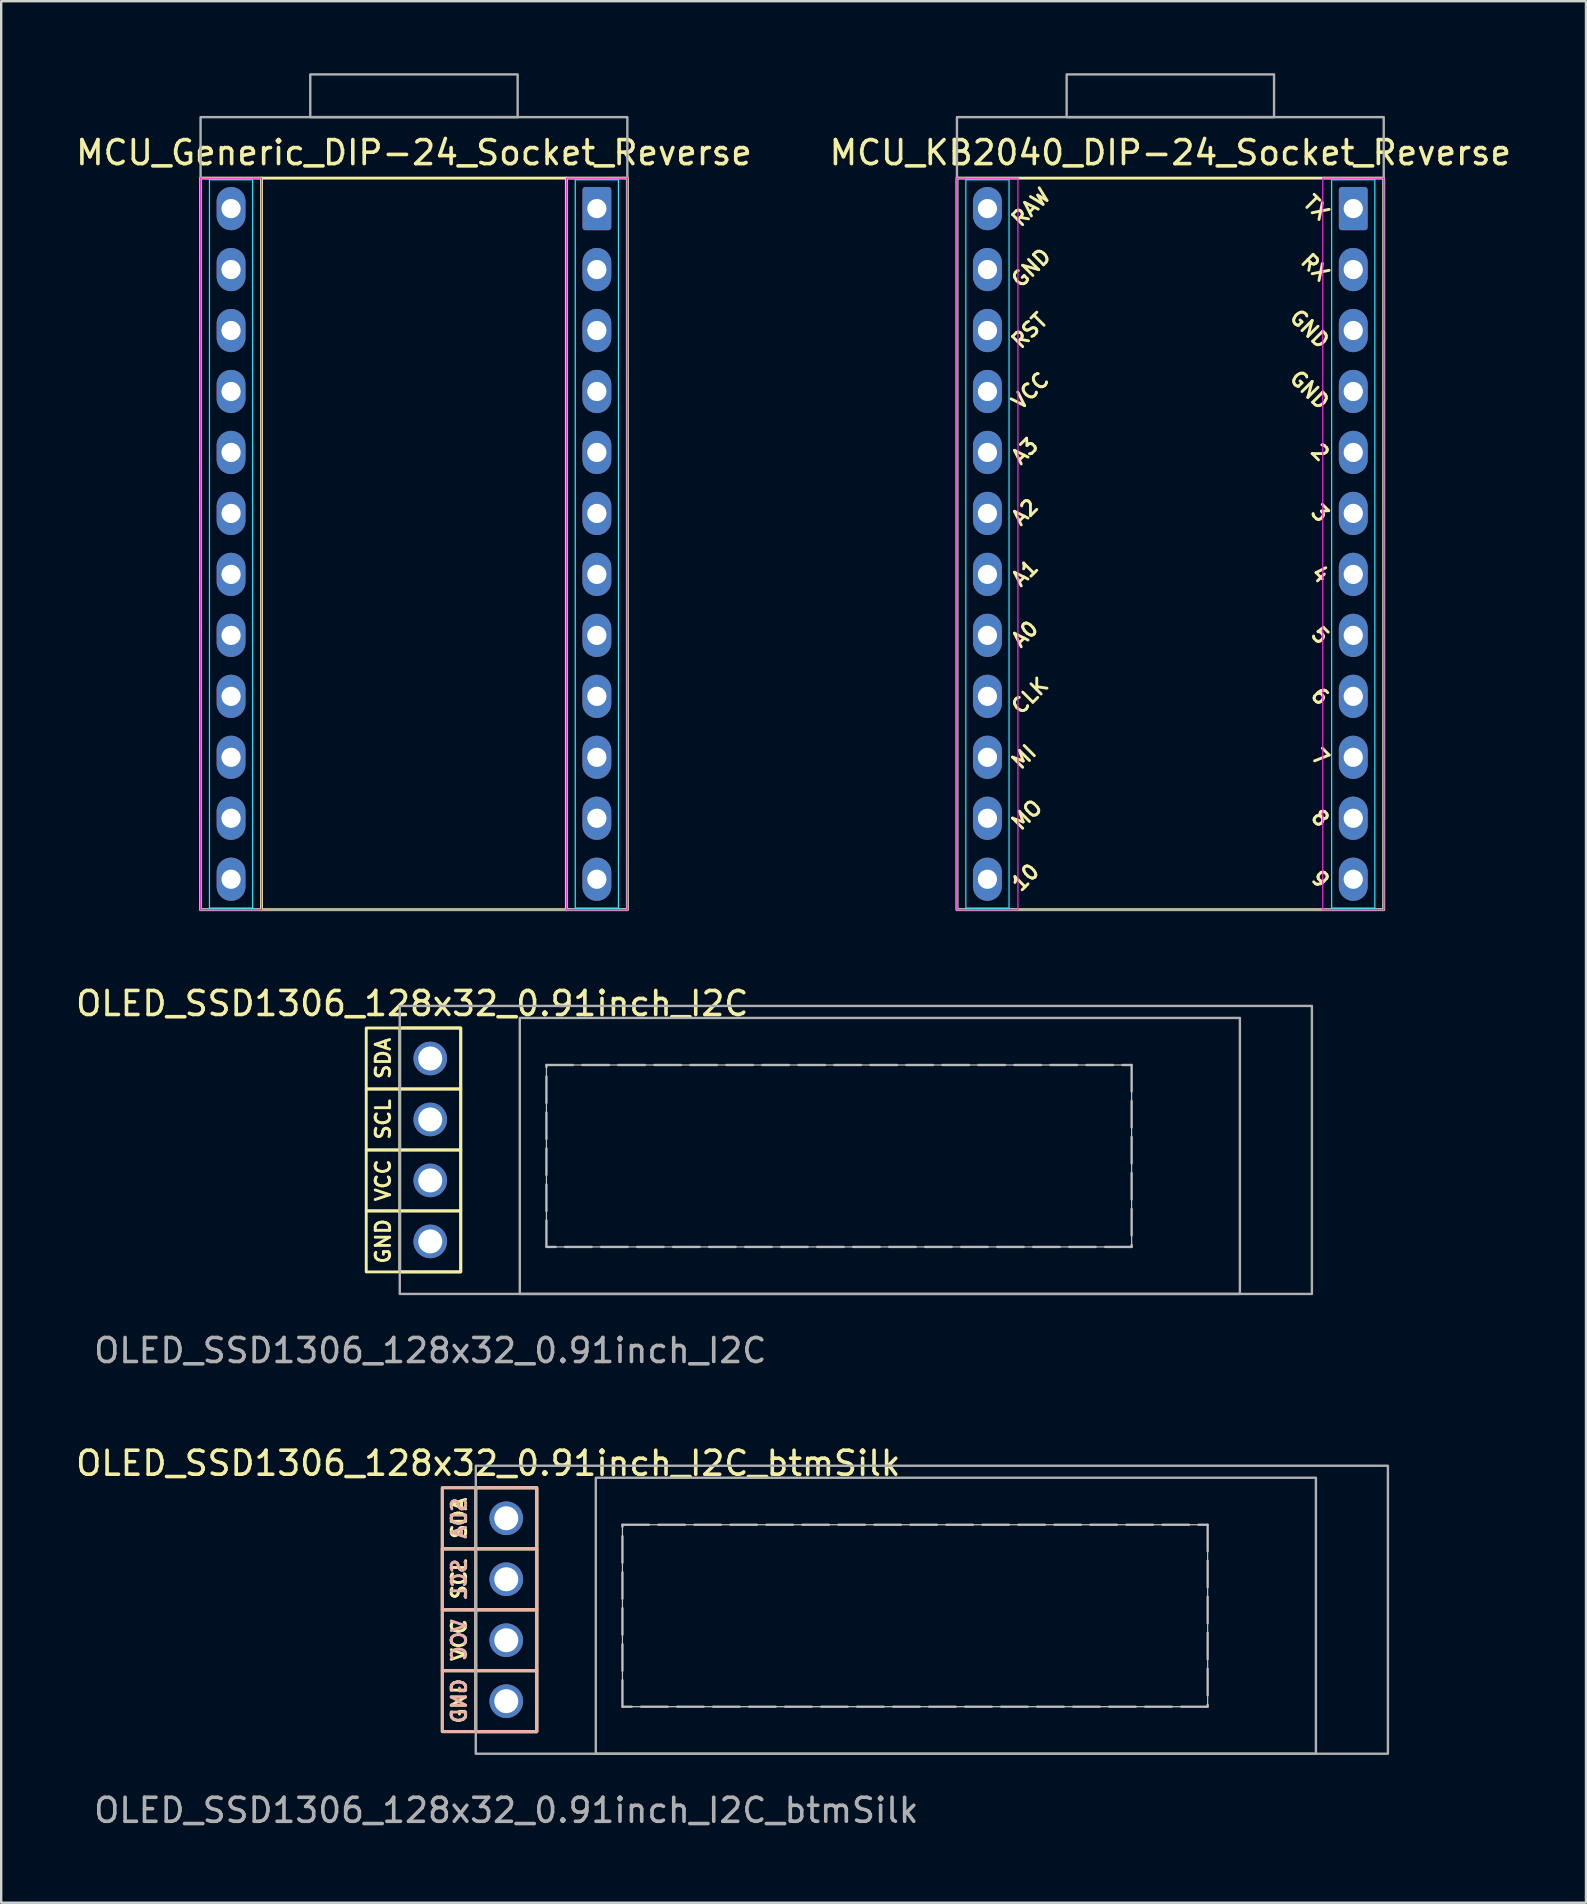
<source format=kicad_pcb>
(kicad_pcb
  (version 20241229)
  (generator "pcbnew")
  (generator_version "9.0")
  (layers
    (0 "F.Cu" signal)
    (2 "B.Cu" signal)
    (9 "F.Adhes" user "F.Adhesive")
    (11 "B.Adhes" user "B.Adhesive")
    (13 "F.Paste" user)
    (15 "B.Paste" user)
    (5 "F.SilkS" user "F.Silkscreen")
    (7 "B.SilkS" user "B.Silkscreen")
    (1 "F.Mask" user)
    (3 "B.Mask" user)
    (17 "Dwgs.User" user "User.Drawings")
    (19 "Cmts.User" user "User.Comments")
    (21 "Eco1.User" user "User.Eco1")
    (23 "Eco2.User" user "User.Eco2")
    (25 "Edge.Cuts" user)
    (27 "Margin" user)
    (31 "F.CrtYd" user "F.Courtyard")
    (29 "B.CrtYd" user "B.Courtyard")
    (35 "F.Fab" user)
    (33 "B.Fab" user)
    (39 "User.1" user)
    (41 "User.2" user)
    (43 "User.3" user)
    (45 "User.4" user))
  (footprint "MCU_Generic_DIP-24_Socket_Reverse"
    (layer "F.Cu")
    (at 14.196 5.64)
    (property "Reference" "MCU_Generic_DIP-24_Socket_Reverse" (at 0 -2.33 0) (layer "F.SilkS") (effects (font (size 1 1) (thickness 0.15))))
    (attr through_hole)
    (fp_line (start -6.35 -1.27) (end 6.35 -1.27) (stroke (width 0.12) (type default)) (layer "F.SilkS"))
    (fp_line (start -6.35 29.21) (end 6.35 29.21) (stroke (width 0.12) (type default)) (layer "F.SilkS"))
    (fp_rect (start -8.89 -1.27) (end -6.35 29.21) (stroke (width 0.12) (type default)) (fill no) (layer "F.SilkS"))
    (fp_rect (start 6.35 -1.27) (end 8.89 29.21) (stroke (width 0.12) (type default)) (fill no) (layer "F.SilkS"))
    (fp_rect (start -6.72 -1.2) (end -8.52 29.14) (stroke (width 0.05) (type default)) (fill no) (layer "B.CrtYd"))
    (fp_rect (start 6.72 -1.2) (end 8.52 29.14) (stroke (width 0.05) (type default)) (fill no) (layer "B.CrtYd"))
    (fp_rect (start -8.89 -1.27) (end -6.35 29.21) (stroke (width 0.05) (type default)) (fill no) (layer "F.CrtYd"))
    (fp_rect (start 6.35 -1.27) (end 8.89 29.21) (stroke (width 0.05) (type default)) (fill no) (layer "F.CrtYd"))
    (fp_rect (start -8.89 -3.81) (end 8.89 29.21) (stroke (width 0.1) (type default)) (fill no) (layer "F.Fab"))
    (fp_rect (start -4.32 -5.59) (end 4.32 -3.81) (stroke (width 0.1) (type default)) (fill no) (layer "F.Fab"))
    (pad "1" thru_hole roundrect (at 7.62 0) (size 1.2 1.8) (drill 0.8) (layers "*.Cu" "*.Mask") (roundrect_rratio 0.1))
    (pad "2" thru_hole oval (at 7.62 2.54) (size 1.2 1.8) (drill 0.8) (layers "*.Cu" "*.Mask"))
    (pad "3" thru_hole oval (at 7.62 5.08) (size 1.2 1.8) (drill 0.8) (layers "*.Cu" "*.Mask"))
    (pad "4" thru_hole oval (at 7.62 7.62) (size 1.2 1.8) (drill 0.8) (layers "*.Cu" "*.Mask"))
    (pad "5" thru_hole oval (at 7.62 10.16) (size 1.2 1.8) (drill 0.8) (layers "*.Cu" "*.Mask"))
    (pad "6" thru_hole oval (at 7.62 12.7) (size 1.2 1.8) (drill 0.8) (layers "*.Cu" "*.Mask"))
    (pad "7" thru_hole oval (at 7.62 15.24) (size 1.2 1.8) (drill 0.8) (layers "*.Cu" "*.Mask"))
    (pad "8" thru_hole oval (at 7.62 17.78) (size 1.2 1.8) (drill 0.8) (layers "*.Cu" "*.Mask"))
    (pad "9" thru_hole oval (at 7.62 20.32) (size 1.2 1.8) (drill 0.8) (layers "*.Cu" "*.Mask"))
    (pad "10" thru_hole oval (at 7.62 22.86) (size 1.2 1.8) (drill 0.8) (layers "*.Cu" "*.Mask"))
    (pad "11" thru_hole oval (at 7.62 25.4) (size 1.2 1.8) (drill 0.8) (layers "*.Cu" "*.Mask"))
    (pad "12" thru_hole oval (at 7.62 27.94) (size 1.2 1.8) (drill 0.8) (layers "*.Cu" "*.Mask"))
    (pad "13" thru_hole oval (at -7.62 27.94) (size 1.2 1.8) (drill 0.8) (layers "*.Cu" "*.Mask"))
    (pad "14" thru_hole oval (at -7.62 25.4) (size 1.2 1.8) (drill 0.8) (layers "*.Cu" "*.Mask"))
    (pad "15" thru_hole oval (at -7.62 22.86) (size 1.2 1.8) (drill 0.8) (layers "*.Cu" "*.Mask"))
    (pad "16" thru_hole oval (at -7.62 20.32) (size 1.2 1.8) (drill 0.8) (layers "*.Cu" "*.Mask"))
    (pad "17" thru_hole oval (at -7.62 17.78) (size 1.2 1.8) (drill 0.8) (layers "*.Cu" "*.Mask"))
    (pad "18" thru_hole oval (at -7.62 15.24) (size 1.2 1.8) (drill 0.8) (layers "*.Cu" "*.Mask"))
    (pad "19" thru_hole oval (at -7.62 12.7) (size 1.2 1.8) (drill 0.8) (layers "*.Cu" "*.Mask"))
    (pad "20" thru_hole oval (at -7.62 10.16) (size 1.2 1.8) (drill 0.8) (layers "*.Cu" "*.Mask"))
    (pad "21" thru_hole oval (at -7.62 7.62) (size 1.2 1.8) (drill 0.8) (layers "*.Cu" "*.Mask"))
    (pad "22" thru_hole oval (at -7.62 5.08) (size 1.2 1.8) (drill 0.8) (layers "*.Cu" "*.Mask"))
    (pad "23" thru_hole oval (at -7.62 2.54) (size 1.2 1.8) (drill 0.8) (layers "*.Cu" "*.Mask"))
    (pad "24" thru_hole oval (at -7.62 0) (size 1.2 1.8) (drill 0.8) (layers "*.Cu" "*.Mask")))
  (footprint "OLED_SSD1306_128x32_0.91inch_I2C_btmSilk"
    (layer "F.Cu")
    (at 35.072 64.263)
    (property "Reference" "OLED_SSD1306_128x32_0.91inch_I2C_btmSilk" (at -17.78 -6.35 180) (layer "F.SilkS") (effects (font (size 1 1) (thickness 0.15))))
    (attr smd)
    (fp_rect (start -19.697 -5.33) (end -15.76 -2.79) (stroke (width 0.12) (type default)) (fill no) (layer "F.SilkS"))
    (fp_rect (start -19.697 -2.79) (end -15.76 -0.25) (stroke (width 0.12) (type default)) (fill no) (layer "F.SilkS"))
    (fp_rect (start -19.697 -0.25) (end -15.76 2.29) (stroke (width 0.12) (type default)) (fill no) (layer "F.SilkS"))
    (fp_rect (start -19.697 2.29) (end -15.76 4.83) (stroke (width 0.12) (type default)) (fill no) (layer "F.SilkS"))
    (fp_rect (start -18.3 -5.33) (end -15.76 4.83) (stroke (width 0.12) (type default)) (fill no) (layer "F.SilkS"))
    (fp_rect (start -15.76 -5.33) (end -19.697 -2.79) (stroke (width 0.12) (type default)) (fill no) (layer "B.SilkS"))
    (fp_rect (start -15.76 -5.33) (end -18.3 4.83) (stroke (width 0.12) (type default)) (fill no) (layer "B.SilkS"))
    (fp_rect (start -15.76 -2.79) (end -19.697 -0.25) (stroke (width 0.12) (type default)) (fill no) (layer "B.SilkS"))
    (fp_rect (start -15.76 -2.79) (end -19.697 -0.25) (stroke (width 0.12) (type default)) (fill no) (layer "B.SilkS"))
    (fp_rect (start -15.76 -0.25) (end -19.697 2.29) (stroke (width 0.12) (type default)) (fill no) (layer "B.SilkS"))
    (fp_rect (start -15.76 2.29) (end -19.697 4.83) (stroke (width 0.12) (type default)) (fill no) (layer "B.SilkS"))
    (fp_rect (start -12.19 -3.79) (end 12.19 3.79) (stroke (width 0.05) (type default)) (fill no) (layer "Dwgs.User"))
    (fp_rect (start -18.3 -6.25) (end 19.7 5.75) (stroke (width 0.1) (type default)) (fill no) (layer "F.Fab"))
    (fp_rect (start -13.3 -5.75) (end 16.7 5.75) (stroke (width 0.1) (type default)) (fill no) (layer "F.Fab"))
    (fp_rect (start -12.19 -3.79) (end 12.19 3.79) (stroke (width 0.1) (type dash)) (fill no) (layer "F.Fab"))
    (fp_text user "GND" (at -18.644 3.556 90) (layer "F.SilkS") (effects (font (size 0.6 0.6) (thickness 0.12) (bold yes)) (justify bottom)))
    (fp_text user "VCC" (at -18.644 1.016 90) (layer "F.SilkS") (effects (font (size 0.6 0.6) (thickness 0.12) (bold yes)) (justify bottom)))
    (fp_text user "SDA" (at -18.644 -4.064 90) (layer "F.SilkS") (effects (font (size 0.6 0.6) (thickness 0.12) (bold yes)) (justify bottom)))
    (fp_text user "SCL" (at -18.644 -1.524 90) (layer "F.SilkS") (effects (font (size 0.6 0.6) (thickness 0.12) (bold yes)) (justify bottom)))
    (fp_text user "SCL" (at -18.644 -1.524 270) (layer "B.SilkS") (effects (font (size 0.6 0.6) (thickness 0.12) (bold yes)) (justify bottom mirror)))
    (fp_text user "GND" (at -18.644 3.556 270) (layer "B.SilkS") (effects (font (size 0.6 0.6) (thickness 0.12) (bold yes)) (justify bottom mirror)))
    (fp_text user "VCC" (at -18.644 1.016 270) (layer "B.SilkS") (effects (font (size 0.6 0.6) (thickness 0.12) (bold yes)) (justify bottom mirror)))
    (fp_text user "SDA" (at -18.644 -4.064 270) (layer "B.SilkS") (effects (font (size 0.6 0.6) (thickness 0.12) (bold yes)) (justify bottom mirror)))
    (fp_text user "${REFERENCE}" (at -17.03 8.108 0) (unlocked yes) (layer "F.Fab") (effects (font (size 1 1) (thickness 0.15))))
    (pad "1" thru_hole circle (at -17.03 -4.06 270) (size 1.4 1.4) (drill 1) (layers "*.Cu" "*.Mask"))
    (pad "2" thru_hole circle (at -17.03 -1.52 270) (size 1.4 1.4) (drill 1) (layers "*.Cu" "*.Mask"))
    (pad "3" thru_hole circle (at -17.03 1.02 270) (size 1.4 1.4) (drill 1) (layers "*.Cu" "*.Mask"))
    (pad "4" thru_hole circle (at -17.03 3.56 270) (size 1.4 1.4) (drill 1) (layers "*.Cu" "*.Mask")))
  (footprint "MCU_KB2040_DIP-24_Socket_Reverse"
    (layer "F.Cu")
    (at 45.708 5.64)
    (property "Reference" "MCU_KB2040_DIP-24_Socket_Reverse" (at 0 -2.33 0) (layer "F.SilkS") (effects (font (size 1 1) (thickness 0.15))))
    (attr through_hole)
    (fp_rect (start -8.89 -1.27) (end 8.89 29.21) (stroke (width 0.12) (type default)) (fill no) (layer "F.SilkS"))
    (fp_rect (start -6.72 -1.2) (end -8.52 29.14) (stroke (width 0.05) (type default)) (fill no) (layer "B.CrtYd"))
    (fp_rect (start 6.72 -1.2) (end 8.52 29.14) (stroke (width 0.05) (type default)) (fill no) (layer "B.CrtYd"))
    (fp_rect (start -8.89 -1.27) (end -6.35 29.21) (stroke (width 0.05) (type default)) (fill no) (layer "F.CrtYd"))
    (fp_rect (start 6.35 -1.27) (end 8.89 29.21) (stroke (width 0.05) (type default)) (fill no) (layer "F.CrtYd"))
    (fp_rect (start -8.89 -3.81) (end 8.89 29.21) (stroke (width 0.1) (type default)) (fill no) (layer "F.Fab"))
    (fp_rect (start -4.32 -5.59) (end 4.32 -3.81) (stroke (width 0.1) (type default)) (fill no) (layer "F.Fab"))
    (fp_text user "4" (at 6.5 15.494 315) (unlocked yes) (layer "F.SilkS") (effects (font (size 0.6 0.6) (thickness 0.12)) (justify right)))
    (fp_text user "GND" (at 6.5 8.255 315) (unlocked yes) (layer "F.SilkS") (effects (font (size 0.6 0.6) (thickness 0.12)) (justify right)))
    (fp_text user "9" (at 6.5 28.194 315) (unlocked yes) (layer "F.SilkS") (effects (font (size 0.6 0.6) (thickness 0.12)) (justify right)))
    (fp_text user "MO" (at -6.5 25.781 45) (unlocked yes) (layer "F.SilkS") (effects (font (size 0.6 0.6) (thickness 0.12)) (justify left)))
    (fp_text user "VCC" (at -6.5 8.255 45) (unlocked yes) (layer "F.SilkS") (effects (font (size 0.6 0.6) (thickness 0.12)) (justify left)))
    (fp_text user "RST" (at -6.5 5.715 45) (unlocked yes) (layer "F.SilkS") (effects (font (size 0.6 0.6) (thickness 0.12)) (justify left)))
    (fp_text user "A2" (at -6.5 13.081 45) (unlocked yes) (layer "F.SilkS") (effects (font (size 0.6 0.6) (thickness 0.12)) (justify left)))
    (fp_text user "CLK" (at -6.5 20.955 45) (unlocked yes) (layer "F.SilkS") (effects (font (size 0.6 0.6) (thickness 0.12)) (justify left)))
    (fp_text user "RX" (at 6.5 2.921 315) (unlocked yes) (layer "F.SilkS") (effects (font (size 0.6 0.6) (thickness 0.12)) (justify right)))
    (fp_text user "GND" (at -6.5 3.175 45) (unlocked yes) (layer "F.SilkS") (effects (font (size 0.6 0.6) (thickness 0.12)) (justify left)))
    (fp_text user "MI" (at -6.5 23.241 45) (unlocked yes) (layer "F.SilkS") (effects (font (size 0.6 0.6) (thickness 0.12)) (justify left)))
    (fp_text user "TX" (at 6.5 0.381 315) (unlocked yes) (layer "F.SilkS") (effects (font (size 0.6 0.6) (thickness 0.12)) (justify right)))
    (fp_text user "A1" (at -6.5 15.621 45) (unlocked yes) (layer "F.SilkS") (effects (font (size 0.6 0.6) (thickness 0.12)) (justify left)))
    (fp_text user "5" (at 6.5 18.034 315) (unlocked yes) (layer "F.SilkS") (effects (font (size 0.6 0.6) (thickness 0.12)) (justify right)))
    (fp_text user "A0" (at -6.5 18.161 45) (unlocked yes) (layer "F.SilkS") (effects (font (size 0.6 0.6) (thickness 0.12)) (justify left)))
    (fp_text user "GND" (at 6.5 5.715 315) (unlocked yes) (layer "F.SilkS") (effects (font (size 0.6 0.6) (thickness 0.12)) (justify right)))
    (fp_text user "10" (at -6.5 28.321 45) (unlocked yes) (layer "F.SilkS") (effects (font (size 0.6 0.6) (thickness 0.12)) (justify left)))
    (fp_text user "A3" (at -6.5 10.541 45) (unlocked yes) (layer "F.SilkS") (effects (font (size 0.6 0.6) (thickness 0.12)) (justify left)))
    (fp_text user "7" (at 6.5 23.114 315) (unlocked yes) (layer "F.SilkS") (effects (font (size 0.6 0.6) (thickness 0.12)) (justify right)))
    (fp_text user "2" (at 6.5 10.414 315) (unlocked yes) (layer "F.SilkS") (effects (font (size 0.6 0.6) (thickness 0.12)) (justify right)))
    (fp_text user "RAW" (at -6.5 0.635 45) (unlocked yes) (layer "F.SilkS") (effects (font (size 0.6 0.6) (thickness 0.12)) (justify left)))
    (fp_text user "3" (at 6.5 12.954 315) (unlocked yes) (layer "F.SilkS") (effects (font (size 0.6 0.6) (thickness 0.12)) (justify right)))
    (fp_text user "8" (at 6.5 25.654 315) (unlocked yes) (layer "F.SilkS") (effects (font (size 0.6 0.6) (thickness 0.12)) (justify right)))
    (fp_text user "6" (at 6.5 20.574 315) (unlocked yes) (layer "F.SilkS") (effects (font (size 0.6 0.6) (thickness 0.12)) (justify right)))
    (pad "1" thru_hole roundrect (at 7.62 0) (size 1.2 1.8) (drill 0.8) (layers "*.Cu" "*.Mask") (roundrect_rratio 0.1))
    (pad "2" thru_hole oval (at 7.62 2.54) (size 1.2 1.8) (drill 0.8) (layers "*.Cu" "*.Mask"))
    (pad "3" thru_hole oval (at 7.62 5.08) (size 1.2 1.8) (drill 0.8) (layers "*.Cu" "*.Mask"))
    (pad "4" thru_hole oval (at 7.62 7.62) (size 1.2 1.8) (drill 0.8) (layers "*.Cu" "*.Mask"))
    (pad "5" thru_hole oval (at 7.62 10.16) (size 1.2 1.8) (drill 0.8) (layers "*.Cu" "*.Mask"))
    (pad "6" thru_hole oval (at 7.62 12.7) (size 1.2 1.8) (drill 0.8) (layers "*.Cu" "*.Mask"))
    (pad "7" thru_hole oval (at 7.62 15.24) (size 1.2 1.8) (drill 0.8) (layers "*.Cu" "*.Mask"))
    (pad "8" thru_hole oval (at 7.62 17.78) (size 1.2 1.8) (drill 0.8) (layers "*.Cu" "*.Mask"))
    (pad "9" thru_hole oval (at 7.62 20.32) (size 1.2 1.8) (drill 0.8) (layers "*.Cu" "*.Mask"))
    (pad "10" thru_hole oval (at 7.62 22.86) (size 1.2 1.8) (drill 0.8) (layers "*.Cu" "*.Mask"))
    (pad "11" thru_hole oval (at 7.62 25.4) (size 1.2 1.8) (drill 0.8) (layers "*.Cu" "*.Mask"))
    (pad "12" thru_hole oval (at 7.62 27.94) (size 1.2 1.8) (drill 0.8) (layers "*.Cu" "*.Mask"))
    (pad "13" thru_hole oval (at -7.62 27.94) (size 1.2 1.8) (drill 0.8) (layers "*.Cu" "*.Mask"))
    (pad "14" thru_hole oval (at -7.62 25.4) (size 1.2 1.8) (drill 0.8) (layers "*.Cu" "*.Mask"))
    (pad "15" thru_hole oval (at -7.62 22.86) (size 1.2 1.8) (drill 0.8) (layers "*.Cu" "*.Mask"))
    (pad "16" thru_hole oval (at -7.62 20.32) (size 1.2 1.8) (drill 0.8) (layers "*.Cu" "*.Mask"))
    (pad "17" thru_hole oval (at -7.62 17.78) (size 1.2 1.8) (drill 0.8) (layers "*.Cu" "*.Mask"))
    (pad "18" thru_hole oval (at -7.62 15.24) (size 1.2 1.8) (drill 0.8) (layers "*.Cu" "*.Mask"))
    (pad "19" thru_hole oval (at -7.62 12.7) (size 1.2 1.8) (drill 0.8) (layers "*.Cu" "*.Mask"))
    (pad "20" thru_hole oval (at -7.62 10.16) (size 1.2 1.8) (drill 0.8) (layers "*.Cu" "*.Mask"))
    (pad "21" thru_hole oval (at -7.62 7.62) (size 1.2 1.8) (drill 0.8) (layers "*.Cu" "*.Mask"))
    (pad "22" thru_hole oval (at -7.62 5.08) (size 1.2 1.8) (drill 0.8) (layers "*.Cu" "*.Mask"))
    (pad "23" thru_hole oval (at -7.62 2.54) (size 1.2 1.8) (drill 0.8) (layers "*.Cu" "*.Mask"))
    (pad "24" thru_hole oval (at -7.62 0) (size 1.2 1.8) (drill 0.8) (layers "*.Cu" "*.Mask")))
  (footprint "OLED_SSD1306_128x32_0.91inch_I2C"
    (layer "F.Cu")
    (at 31.905 45.108)
    (property "Reference" "OLED_SSD1306_128x32_0.91inch_I2C" (at -17.78 -6.35 180) (layer "F.SilkS") (effects (font (size 1 1) (thickness 0.15))))
    (attr smd)
    (fp_rect (start -19.697 -5.33) (end -15.76 -2.79) (stroke (width 0.12) (type default)) (fill no) (layer "F.SilkS"))
    (fp_rect (start -19.697 -2.79) (end -15.76 -0.25) (stroke (width 0.12) (type default)) (fill no) (layer "F.SilkS"))
    (fp_rect (start -19.697 -0.25) (end -15.76 2.29) (stroke (width 0.12) (type default)) (fill no) (layer "F.SilkS"))
    (fp_rect (start -19.697 2.29) (end -15.76 4.83) (stroke (width 0.12) (type default)) (fill no) (layer "F.SilkS"))
    (fp_rect (start -18.3 -5.33) (end -15.76 4.83) (stroke (width 0.12) (type default)) (fill no) (layer "F.SilkS"))
    (fp_rect (start -12.19 -3.79) (end 12.19 3.79) (stroke (width 0.05) (type default)) (fill no) (layer "Dwgs.User"))
    (fp_rect (start -18.3 -6.25) (end 19.7 5.75) (stroke (width 0.1) (type default)) (fill no) (layer "F.Fab"))
    (fp_rect (start -13.3 -5.75) (end 16.7 5.75) (stroke (width 0.1) (type default)) (fill no) (layer "F.Fab"))
    (fp_rect (start -12.19 -3.79) (end 12.19 3.79) (stroke (width 0.1) (type dash)) (fill no) (layer "F.Fab"))
    (fp_text user "SDA" (at -18.644 -4.064 90) (layer "F.SilkS") (effects (font (size 0.6 0.6) (thickness 0.12) (bold yes)) (justify bottom)))
    (fp_text user "SCL" (at -18.644 -1.524 90) (layer "F.SilkS") (effects (font (size 0.6 0.6) (thickness 0.12) (bold yes)) (justify bottom)))
    (fp_text user "VCC" (at -18.644 1.016 90) (layer "F.SilkS") (effects (font (size 0.6 0.6) (thickness 0.12) (bold yes)) (justify bottom)))
    (fp_text user "GND" (at -18.644 3.556 90) (layer "F.SilkS") (effects (font (size 0.6 0.6) (thickness 0.12) (bold yes)) (justify bottom)))
    (fp_text user "${REFERENCE}" (at -17.03 8.108 0) (unlocked yes) (layer "F.Fab") (effects (font (size 1 1) (thickness 0.15))))
    (pad "1" thru_hole circle (at -17.03 -4.06 270) (size 1.4 1.4) (drill 1) (layers "*.Cu" "*.Mask"))
    (pad "2" thru_hole circle (at -17.03 -1.52 270) (size 1.4 1.4) (drill 1) (layers "*.Cu" "*.Mask"))
    (pad "3" thru_hole circle (at -17.03 1.02 270) (size 1.4 1.4) (drill 1) (layers "*.Cu" "*.Mask"))
    (pad "4" thru_hole circle (at -17.03 3.56 270) (size 1.4 1.4) (drill 1) (layers "*.Cu" "*.Mask")))
  (gr_rect
    (start -3 -3)
    (end 63.024 76.219)
    (stroke (width 0.1) (type default))
    (fill no)
    (layer "Edge.Cuts")))
</source>
